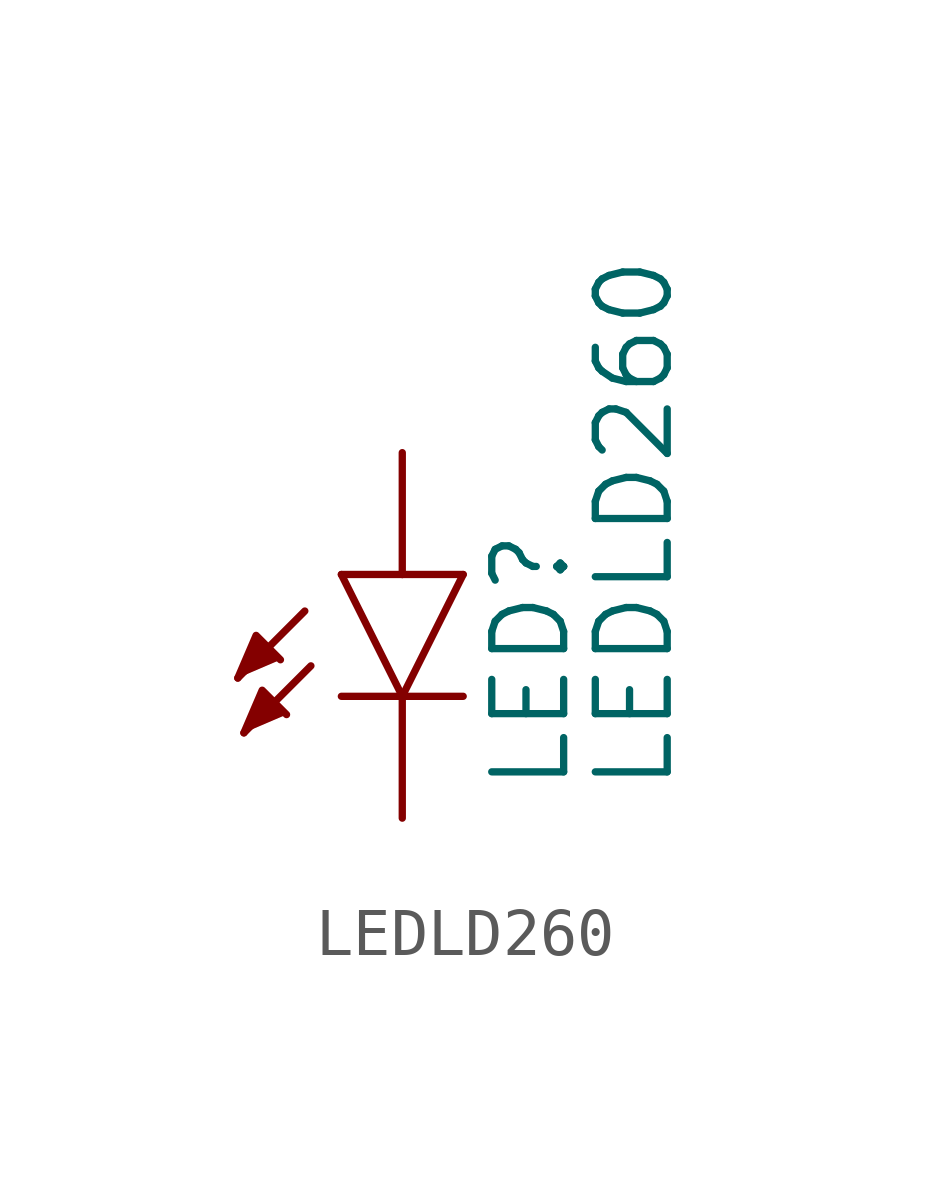
<source format=kicad_sym>
(kicad_symbol_lib
  (version 20211014)
  (generator kicad_symbol_editor)
  (symbol "LEDLD260"
    (pin_names
      (offset 1.016))
    (property "Reference" "LED"
      (at 3.556 -4.572 90)
      (effects (font (size 1.499 1.499)) (justify left bottom)))
    (property "Value" "LEDLD260"
      (at 5.715 -4.572 90)
      (effects (font (size 1.499 1.499)) (justify left bottom)))
    (property "ki_locked" ""
      (at 0 0 0)
      (effects (font (size 1.27 1.27))))
    (symbol "LEDLD260_1_0"
      (polyline (pts (xy -2.032 -0.762) (xy -3.429 -2.159)) (stroke (width 0) (type default) (color 0 0 0 0)) (fill (type none)))
      (polyline (pts (xy -1.905 -1.905) (xy -3.302 -3.302)) (stroke (width 0) (type default) (color 0 0 0 0)) (fill (type none)))
      (polyline (pts (xy 0 -2.54) (xy -1.27 -2.54)) (stroke (width 0) (type default) (color 0 0 0 0)) (fill (type none)))
      (polyline (pts (xy 0 -2.54) (xy -1.27 0)) (stroke (width 0) (type default) (color 0 0 0 0)) (fill (type none)))
      (polyline (pts (xy 0 0) (xy -1.27 0)) (stroke (width 0) (type default) (color 0 0 0 0)) (fill (type none)))
      (polyline (pts (xy 1.27 -2.54) (xy 0 -2.54)) (stroke (width 0) (type default) (color 0 0 0 0)) (fill (type none)))
      (polyline (pts (xy 1.27 0) (xy 0 -2.54)) (stroke (width 0) (type default) (color 0 0 0 0)) (fill (type none)))
      (polyline (pts (xy 1.27 0) (xy 0 0)) (stroke (width 0) (type default) (color 0 0 0 0)) (fill (type none)))
      (polyline (pts (xy -3.429 -2.159) (xy -3.048 -1.27) (xy -2.54 -1.778)) (stroke (width 0) (type default) (color 0 0 0 0)) (fill (type outline)))
      (polyline (pts (xy -3.302 -3.302) (xy -2.921 -2.413) (xy -2.413 -2.921)) (stroke (width 0) (type default) (color 0 0 0 0)) (fill (type outline)))
      (pin passive line (at 0 2.54 270) (length 2.54) (name "A" (effects (font (size 0 0)))) (number "A" (effects (font (size 0 0)))))
      (pin passive line (at 0 -5.08 90) (length 2.54) (name "C" (effects (font (size 0 0)))) (number "K" (effects (font (size 0 0))))))))
</source>
